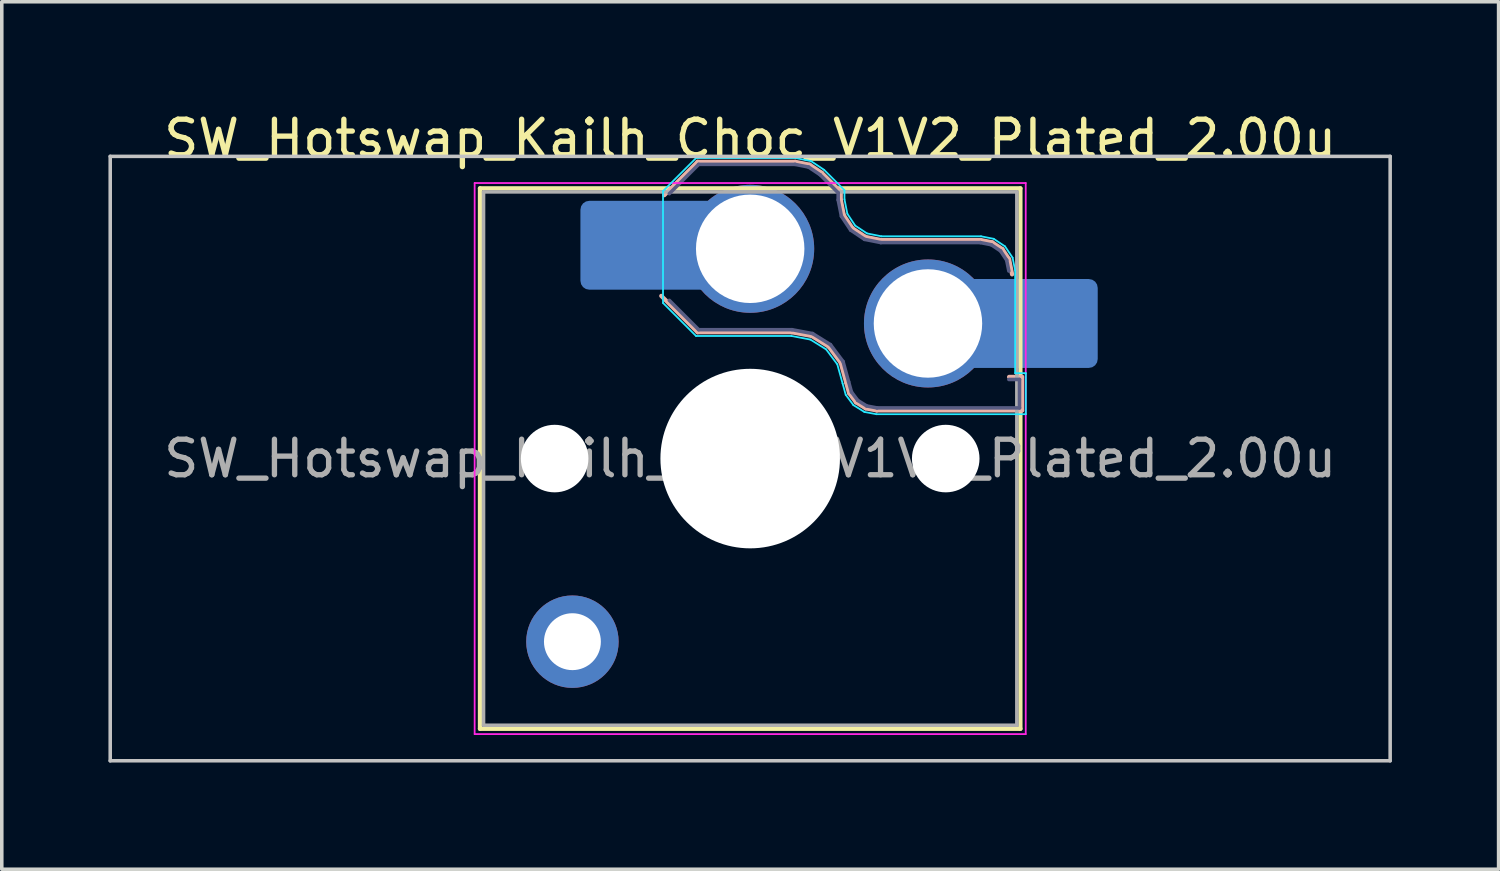
<source format=kicad_pcb>
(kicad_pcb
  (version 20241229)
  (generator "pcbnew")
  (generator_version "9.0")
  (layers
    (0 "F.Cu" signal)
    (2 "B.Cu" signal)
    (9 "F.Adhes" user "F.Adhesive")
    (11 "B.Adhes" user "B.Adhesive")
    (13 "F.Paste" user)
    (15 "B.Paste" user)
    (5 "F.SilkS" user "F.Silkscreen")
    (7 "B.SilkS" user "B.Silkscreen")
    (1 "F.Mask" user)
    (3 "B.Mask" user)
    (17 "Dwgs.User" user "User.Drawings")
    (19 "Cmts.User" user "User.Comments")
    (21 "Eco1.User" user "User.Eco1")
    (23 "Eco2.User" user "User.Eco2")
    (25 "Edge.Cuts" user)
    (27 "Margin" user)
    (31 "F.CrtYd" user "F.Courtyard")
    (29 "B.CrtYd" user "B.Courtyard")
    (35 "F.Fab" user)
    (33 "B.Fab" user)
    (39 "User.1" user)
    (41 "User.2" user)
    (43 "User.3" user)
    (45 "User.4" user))
  (footprint "SW_Hotswap_Kailh_Choc_V1V2_Plated_2.00u"
    (layer "F.Cu")
    (at 18.05 9.848)
    (property "Reference" "SW_Hotswap_Kailh_Choc_V1V2_Plated_2.00u" (at 0 -9 0) (layer "F.SilkS") (effects (font (size 1 1) (thickness 0.15))))
    (attr smd)
    (fp_line (start -7.6 -7.6) (end -7.6 7.6) (stroke (width 0.12) (type solid)) (layer "F.SilkS"))
    (fp_line (start -7.6 7.6) (end 7.6 7.6) (stroke (width 0.12) (type solid)) (layer "F.SilkS"))
    (fp_line (start 7.6 -7.6) (end -7.6 -7.6) (stroke (width 0.12) (type solid)) (layer "F.SilkS"))
    (fp_line (start 7.6 7.6) (end 7.6 -7.6) (stroke (width 0.12) (type solid)) (layer "F.SilkS"))
    (fp_line (start -2.416 -7.409) (end -1.479 -8.346) (stroke (width 0.12) (type solid)) (layer "B.SilkS"))
    (fp_line (start -1.479 -8.346) (end 1.268 -8.346) (stroke (width 0.12) (type solid)) (layer "B.SilkS"))
    (fp_line (start -1.479 -3.554) (end -2.5 -4.575) (stroke (width 0.12) (type solid)) (layer "B.SilkS"))
    (fp_line (start 1.168 -3.554) (end -1.479 -3.554) (stroke (width 0.12) (type solid)) (layer "B.SilkS"))
    (fp_line (start 1.268 -8.346) (end 1.671 -8.266) (stroke (width 0.12) (type solid)) (layer "B.SilkS"))
    (fp_line (start 1.671 -8.266) (end 2.013 -8.037) (stroke (width 0.12) (type solid)) (layer "B.SilkS"))
    (fp_line (start 1.73 -3.449) (end 1.168 -3.554) (stroke (width 0.12) (type solid)) (layer "B.SilkS"))
    (fp_line (start 2.013 -8.037) (end 2.546 -7.504) (stroke (width 0.12) (type solid)) (layer "B.SilkS"))
    (fp_line (start 2.209 -3.15) (end 1.73 -3.449) (stroke (width 0.12) (type solid)) (layer "B.SilkS"))
    (fp_line (start 2.546 -7.504) (end 2.546 -7.282) (stroke (width 0.12) (type solid)) (layer "B.SilkS"))
    (fp_line (start 2.546 -7.282) (end 2.633 -6.844) (stroke (width 0.12) (type solid)) (layer "B.SilkS"))
    (fp_line (start 2.547 -2.697) (end 2.209 -3.15) (stroke (width 0.12) (type solid)) (layer "B.SilkS"))
    (fp_line (start 2.633 -6.844) (end 2.877 -6.477) (stroke (width 0.12) (type solid)) (layer "B.SilkS"))
    (fp_line (start 2.701 -2.139) (end 2.547 -2.697) (stroke (width 0.12) (type solid)) (layer "B.SilkS"))
    (fp_line (start 2.783 -1.841) (end 2.701 -2.139) (stroke (width 0.12) (type solid)) (layer "B.SilkS"))
    (fp_line (start 2.877 -6.477) (end 3.244 -6.233) (stroke (width 0.12) (type solid)) (layer "B.SilkS"))
    (fp_line (start 2.976 -1.583) (end 2.783 -1.841) (stroke (width 0.12) (type solid)) (layer "B.SilkS"))
    (fp_line (start 3.244 -6.233) (end 3.682 -6.146) (stroke (width 0.12) (type solid)) (layer "B.SilkS"))
    (fp_line (start 3.25 -1.413) (end 2.976 -1.583) (stroke (width 0.12) (type solid)) (layer "B.SilkS"))
    (fp_line (start 3.56 -1.354) (end 3.25 -1.413) (stroke (width 0.12) (type solid)) (layer "B.SilkS"))
    (fp_line (start 3.682 -6.146) (end 6.482 -6.146) (stroke (width 0.12) (type solid)) (layer "B.SilkS"))
    (fp_line (start 6.482 -6.146) (end 6.809 -6.081) (stroke (width 0.12) (type solid)) (layer "B.SilkS"))
    (fp_line (start 6.809 -6.081) (end 7.092 -5.892) (stroke (width 0.12) (type solid)) (layer "B.SilkS"))
    (fp_line (start 7.092 -5.892) (end 7.281 -5.609) (stroke (width 0.12) (type solid)) (layer "B.SilkS"))
    (fp_line (start 7.281 -5.609) (end 7.366 -5.182) (stroke (width 0.12) (type solid)) (layer "B.SilkS"))
    (fp_line (start 7.283 -2.296) (end 7.646 -2.296) (stroke (width 0.12) (type solid)) (layer "B.SilkS"))
    (fp_line (start 7.646 -2.296) (end 7.646 -1.354) (stroke (width 0.12) (type solid)) (layer "B.SilkS"))
    (fp_line (start 7.646 -1.354) (end 3.56 -1.354) (stroke (width 0.12) (type solid)) (layer "B.SilkS"))
    (fp_line (start -18 -8.5) (end -18 8.5) (stroke (width 0.1) (type solid)) (layer "Dwgs.User"))
    (fp_line (start -18 8.5) (end 18 8.5) (stroke (width 0.1) (type solid)) (layer "Dwgs.User"))
    (fp_line (start 18 -8.5) (end -18 -8.5) (stroke (width 0.1) (type solid)) (layer "Dwgs.User"))
    (fp_line (start 18 8.5) (end 18 -8.5) (stroke (width 0.1) (type solid)) (layer "Dwgs.User"))
    (fp_line (start -7.25 -7.25) (end -7.25 7.25) (stroke (width 0.1) (type solid)) (layer "Eco1.User"))
    (fp_line (start -7.25 7.25) (end 7.25 7.25) (stroke (width 0.1) (type solid)) (layer "Eco1.User"))
    (fp_line (start 7.25 -7.25) (end -7.25 -7.25) (stroke (width 0.1) (type solid)) (layer "Eco1.User"))
    (fp_line (start 7.25 7.25) (end 7.25 -7.25) (stroke (width 0.1) (type solid)) (layer "Eco1.User"))
    (fp_line (start -2.452 -7.523) (end -1.523 -8.452) (stroke (width 0.05) (type solid)) (layer "B.CrtYd"))
    (fp_line (start -2.452 -4.377) (end -2.452 -7.523) (stroke (width 0.05) (type solid)) (layer "B.CrtYd"))
    (fp_line (start -1.523 -8.452) (end 1.278 -8.452) (stroke (width 0.05) (type solid)) (layer "B.CrtYd"))
    (fp_line (start -1.523 -3.448) (end -2.452 -4.377) (stroke (width 0.05) (type solid)) (layer "B.CrtYd"))
    (fp_line (start 1.159 -3.448) (end -1.523 -3.448) (stroke (width 0.05) (type solid)) (layer "B.CrtYd"))
    (fp_line (start 1.278 -8.452) (end 1.712 -8.366) (stroke (width 0.05) (type solid)) (layer "B.CrtYd"))
    (fp_line (start 1.691 -3.348) (end 1.159 -3.448) (stroke (width 0.05) (type solid)) (layer "B.CrtYd"))
    (fp_line (start 1.712 -8.366) (end 2.081 -8.119) (stroke (width 0.05) (type solid)) (layer "B.CrtYd"))
    (fp_line (start 2.081 -8.119) (end 2.652 -7.548) (stroke (width 0.05) (type solid)) (layer "B.CrtYd"))
    (fp_line (start 2.136 -3.071) (end 1.691 -3.348) (stroke (width 0.05) (type solid)) (layer "B.CrtYd"))
    (fp_line (start 2.45 -2.65) (end 2.136 -3.071) (stroke (width 0.05) (type solid)) (layer "B.CrtYd"))
    (fp_line (start 2.599 -2.111) (end 2.45 -2.65) (stroke (width 0.05) (type solid)) (layer "B.CrtYd"))
    (fp_line (start 2.652 -7.548) (end 2.652 -7.292) (stroke (width 0.05) (type solid)) (layer "B.CrtYd"))
    (fp_line (start 2.652 -7.292) (end 2.733 -6.885) (stroke (width 0.05) (type solid)) (layer "B.CrtYd"))
    (fp_line (start 2.687 -1.794) (end 2.599 -2.111) (stroke (width 0.05) (type solid)) (layer "B.CrtYd"))
    (fp_line (start 2.733 -6.885) (end 2.953 -6.553) (stroke (width 0.05) (type solid)) (layer "B.CrtYd"))
    (fp_line (start 2.903 -1.503) (end 2.687 -1.794) (stroke (width 0.05) (type solid)) (layer "B.CrtYd"))
    (fp_line (start 2.953 -6.553) (end 3.285 -6.333) (stroke (width 0.05) (type solid)) (layer "B.CrtYd"))
    (fp_line (start 3.211 -1.312) (end 2.903 -1.503) (stroke (width 0.05) (type solid)) (layer "B.CrtYd"))
    (fp_line (start 3.285 -6.333) (end 3.692 -6.252) (stroke (width 0.05) (type solid)) (layer "B.CrtYd"))
    (fp_line (start 3.55 -1.248) (end 3.211 -1.312) (stroke (width 0.05) (type solid)) (layer "B.CrtYd"))
    (fp_line (start 3.692 -6.252) (end 6.492 -6.252) (stroke (width 0.05) (type solid)) (layer "B.CrtYd"))
    (fp_line (start 6.492 -6.252) (end 6.85 -6.181) (stroke (width 0.05) (type solid)) (layer "B.CrtYd"))
    (fp_line (start 6.85 -6.181) (end 7.168 -5.968) (stroke (width 0.05) (type solid)) (layer "B.CrtYd"))
    (fp_line (start 7.168 -5.968) (end 7.381 -5.65) (stroke (width 0.05) (type solid)) (layer "B.CrtYd"))
    (fp_line (start 7.381 -5.65) (end 7.452 -5.292) (stroke (width 0.05) (type solid)) (layer "B.CrtYd"))
    (fp_line (start 7.452 -5.292) (end 7.452 -2.402) (stroke (width 0.05) (type solid)) (layer "B.CrtYd"))
    (fp_line (start 7.452 -2.402) (end 7.752 -2.402) (stroke (width 0.05) (type solid)) (layer "B.CrtYd"))
    (fp_line (start 7.752 -2.402) (end 7.752 -1.248) (stroke (width 0.05) (type solid)) (layer "B.CrtYd"))
    (fp_line (start 7.752 -1.248) (end 3.55 -1.248) (stroke (width 0.05) (type solid)) (layer "B.CrtYd"))
    (fp_line (start -7.75 -7.75) (end -7.75 7.75) (stroke (width 0.05) (type solid)) (layer "F.CrtYd"))
    (fp_line (start -7.75 7.75) (end 7.75 7.75) (stroke (width 0.05) (type solid)) (layer "F.CrtYd"))
    (fp_line (start 7.75 -7.75) (end -7.75 -7.75) (stroke (width 0.05) (type solid)) (layer "F.CrtYd"))
    (fp_line (start 7.75 7.75) (end 7.75 -7.75) (stroke (width 0.05) (type solid)) (layer "F.CrtYd"))
    (fp_line (start -2.275 -7.45) (end -1.45 -8.275) (stroke (width 0.1) (type solid)) (layer "B.Fab"))
    (fp_line (start -1.45 -8.275) (end 1.261 -8.275) (stroke (width 0.1) (type solid)) (layer "B.Fab"))
    (fp_line (start -1.45 -3.625) (end -2.275 -4.45) (stroke (width 0.1) (type solid)) (layer "B.Fab"))
    (fp_line (start 1.175 -3.625) (end -1.45 -3.625) (stroke (width 0.1) (type solid)) (layer "B.Fab"))
    (fp_line (start 1.261 -8.275) (end 1.643 -8.199) (stroke (width 0.1) (type solid)) (layer "B.Fab"))
    (fp_line (start 1.643 -8.199) (end 1.968 -7.982) (stroke (width 0.1) (type solid)) (layer "B.Fab"))
    (fp_line (start 1.756 -3.516) (end 1.175 -3.625) (stroke (width 0.1) (type solid)) (layer "B.Fab"))
    (fp_line (start 1.968 -7.982) (end 2.475 -7.475) (stroke (width 0.1) (type solid)) (layer "B.Fab"))
    (fp_line (start 2.258 -3.203) (end 1.756 -3.516) (stroke (width 0.1) (type solid)) (layer "B.Fab"))
    (fp_line (start 2.475 -7.475) (end 2.475 -7.275) (stroke (width 0.1) (type solid)) (layer "B.Fab"))
    (fp_line (start 2.475 -7.275) (end 2.566 -6.816) (stroke (width 0.1) (type solid)) (layer "B.Fab"))
    (fp_line (start 2.566 -6.816) (end 2.826 -6.426) (stroke (width 0.1) (type solid)) (layer "B.Fab"))
    (fp_line (start 2.612 -2.729) (end 2.258 -3.203) (stroke (width 0.1) (type solid)) (layer "B.Fab"))
    (fp_line (start 2.769 -2.158) (end 2.612 -2.729) (stroke (width 0.1) (type solid)) (layer "B.Fab"))
    (fp_line (start 2.826 -6.426) (end 3.216 -6.166) (stroke (width 0.1) (type solid)) (layer "B.Fab"))
    (fp_line (start 2.848 -1.873) (end 2.769 -2.158) (stroke (width 0.1) (type solid)) (layer "B.Fab"))
    (fp_line (start 3.025 -1.636) (end 2.848 -1.873) (stroke (width 0.1) (type solid)) (layer "B.Fab"))
    (fp_line (start 3.216 -6.166) (end 3.675 -6.075) (stroke (width 0.1) (type solid)) (layer "B.Fab"))
    (fp_line (start 3.276 -1.48) (end 3.025 -1.636) (stroke (width 0.1) (type solid)) (layer "B.Fab"))
    (fp_line (start 3.567 -1.425) (end 3.276 -1.48) (stroke (width 0.1) (type solid)) (layer "B.Fab"))
    (fp_line (start 3.675 -6.075) (end 6.475 -6.075) (stroke (width 0.1) (type solid)) (layer "B.Fab"))
    (fp_line (start 6.475 -6.075) (end 6.781 -6.014) (stroke (width 0.1) (type solid)) (layer "B.Fab"))
    (fp_line (start 6.781 -6.014) (end 7.041 -5.841) (stroke (width 0.1) (type solid)) (layer "B.Fab"))
    (fp_line (start 7.041 -5.841) (end 7.214 -5.581) (stroke (width 0.1) (type solid)) (layer "B.Fab"))
    (fp_line (start 7.214 -5.581) (end 7.275 -5.275) (stroke (width 0.1) (type solid)) (layer "B.Fab"))
    (fp_line (start 7.275 -2.225) (end 7.575 -2.225) (stroke (width 0.1) (type solid)) (layer "B.Fab"))
    (fp_line (start 7.575 -2.225) (end 7.575 -1.425) (stroke (width 0.1) (type solid)) (layer "B.Fab"))
    (fp_line (start 7.575 -1.425) (end 3.567 -1.425) (stroke (width 0.1) (type solid)) (layer "B.Fab"))
    (fp_line (start -7.5 -7.5) (end -7.5 7.5) (stroke (width 0.1) (type solid)) (layer "F.Fab"))
    (fp_line (start -7.5 7.5) (end 7.5 7.5) (stroke (width 0.1) (type solid)) (layer "F.Fab"))
    (fp_line (start 7.5 -7.5) (end -7.5 -7.5) (stroke (width 0.1) (type solid)) (layer "F.Fab"))
    (fp_line (start 7.5 7.5) (end 7.5 -7.5) (stroke (width 0.1) (type solid)) (layer "F.Fab"))
    (fp_text user "${REFERENCE}" (at 0 0 0) (layer "F.Fab") (effects (font (size 1 1) (thickness 0.15))))
    (pad "" np_thru_hole circle (at -5.5 0) (size 1.9 1.9) (drill 1.9) (layers "*.Cu" "*.Mask"))
    (pad "" smd circle (at -5 5.15) (size 1.65 1.65) (layers "F.Mask"))
    (pad "" thru_hole circle (at -5 5.15) (size 2.6 2.6) (drill 1.6) (layers "*.Cu" "B.Mask"))
    (pad "" smd roundrect (at -3.5 -6) (size 2.55 2.5) (layers "B.Mask" "B.Paste") (roundrect_rratio 0.1))
    (pad "" smd circle (at 0 -5.9) (size 3.1 3.1) (layers "F.Mask"))
    (pad "" np_thru_hole circle (at 0 0) (size 5.05 5.05) (drill 5.05) (layers "*.Cu" "*.Mask"))
    (pad "" smd circle (at 5 -3.8) (size 3.1 3.1) (layers "F.Mask"))
    (pad "" np_thru_hole circle (at 5.5 0) (size 1.9 1.9) (drill 1.9) (layers "*.Cu" "*.Mask"))
    (pad "" smd roundrect (at 8.5 -3.8) (size 2.55 2.5) (layers "B.Mask" "B.Paste") (roundrect_rratio 0.1))
    (pad "1" smd roundrect (at -2.85 -6) (size 3.85 2.5) (layers "B.Cu") (roundrect_rratio 0.1))
    (pad "1" thru_hole circle (at 0 -5.9) (size 3.6 3.6) (drill 3.05) (layers "*.Cu" "B.Mask"))
    (pad "2" thru_hole circle (at 5 -3.8) (size 3.6 3.6) (drill 3.05) (layers "*.Cu" "B.Mask"))
    (pad "2" smd roundrect (at 7.85 -3.8) (size 3.85 2.5) (layers "B.Cu") (roundrect_rratio 0.1)))
  (gr_rect
    (start -3 -3)
    (end 39.1 21.398)
    (stroke (width 0.1) (type default))
    (fill no)
    (layer "Edge.Cuts")))
</source>
